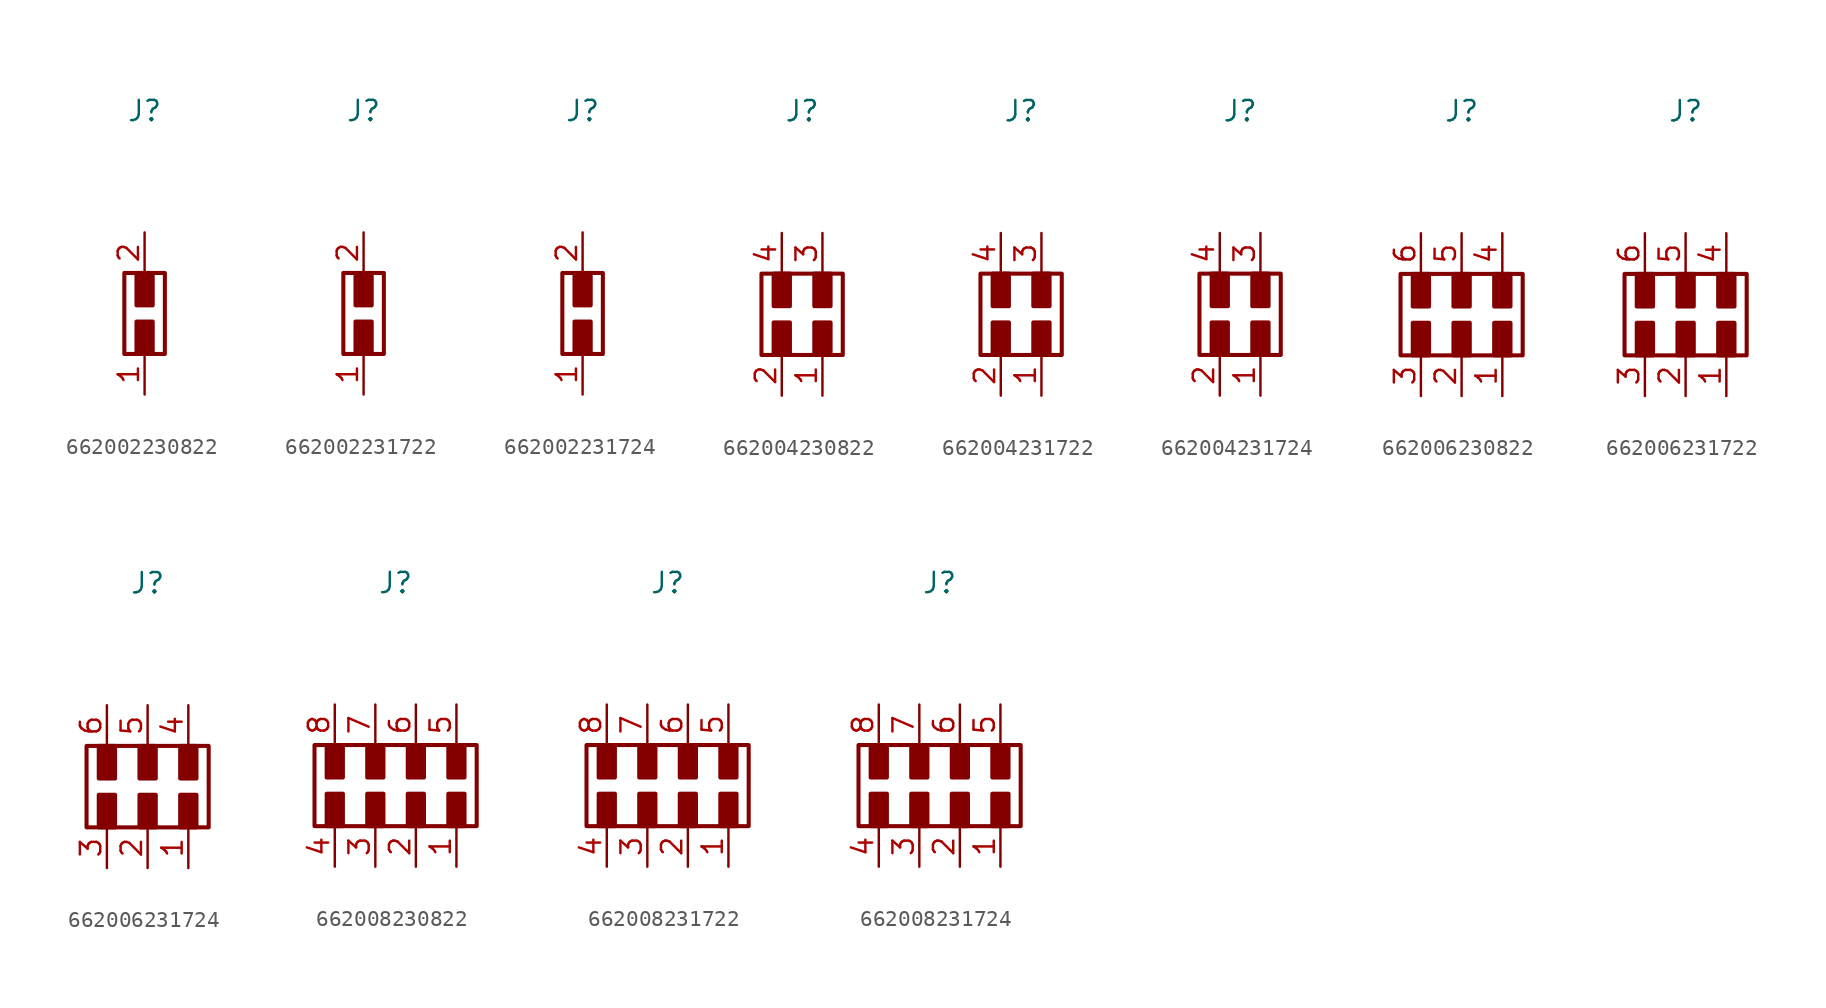
<source format=kicad_sym>
(kicad_symbol_lib
  (version 20241209)
  (generator "kicad_symbol_editor")
  (generator_version "9.0")
  (symbol "662002230822"
    (pin_names
      (hide yes))
    (property "Reference" "J"
      (at 0 12.7 0)
      (effects (font (size 1.27 1.27))))
    (symbol "662002230822_1_1"
      (rectangle (start -0.508 2.54) (end 0.508 0.508) (stroke (width 0.254) (type solid)) (fill (type outline)))
      (rectangle (start -0.508 -0.508) (end 0.508 -2.54) (stroke (width 0.254) (type solid)) (fill (type outline)))
      (rectangle (start 1.27 -2.54) (end -1.27 2.54) (stroke (width 0.254) (type solid)) (fill (type none)))
      (pin passive line (at 0 5.08 270) (length 2.54) (name "2" (effects (font (size 1.27 1.27)))) (number "2" (effects (font (size 1.27 1.27)))))
      (pin passive line (at 0 -5.08 90) (length 2.54) (name "1" (effects (font (size 1.27 1.27)))) (number "1" (effects (font (size 1.27 1.27)))))))
  (symbol "662002231722"
    (pin_names
      (hide yes))
    (property "Reference" "J"
      (at 0 12.7 0)
      (effects (font (size 1.27 1.27))))
    (symbol "662002231722_1_1"
      (rectangle (start -0.508 2.54) (end 0.508 0.508) (stroke (width 0.254) (type solid)) (fill (type outline)))
      (rectangle (start -0.508 -0.508) (end 0.508 -2.54) (stroke (width 0.254) (type solid)) (fill (type outline)))
      (rectangle (start 1.27 -2.54) (end -1.27 2.54) (stroke (width 0.254) (type solid)) (fill (type none)))
      (pin passive line (at 0 5.08 270) (length 2.54) (name "2" (effects (font (size 1.27 1.27)))) (number "2" (effects (font (size 1.27 1.27)))))
      (pin passive line (at 0 -5.08 90) (length 2.54) (name "1" (effects (font (size 1.27 1.27)))) (number "1" (effects (font (size 1.27 1.27)))))))
  (symbol "662002231724"
    (pin_names
      (hide yes))
    (property "Reference" "J"
      (at 0 12.7 0)
      (effects (font (size 1.27 1.27))))
    (symbol "662002231724_1_1"
      (rectangle (start -0.508 2.54) (end 0.508 0.508) (stroke (width 0.254) (type solid)) (fill (type outline)))
      (rectangle (start -0.508 -0.508) (end 0.508 -2.54) (stroke (width 0.254) (type solid)) (fill (type outline)))
      (rectangle (start 1.27 -2.54) (end -1.27 2.54) (stroke (width 0.254) (type solid)) (fill (type none)))
      (pin passive line (at 0 5.08 270) (length 2.54) (name "2" (effects (font (size 1.27 1.27)))) (number "2" (effects (font (size 1.27 1.27)))))
      (pin passive line (at 0 -5.08 90) (length 2.54) (name "1" (effects (font (size 1.27 1.27)))) (number "1" (effects (font (size 1.27 1.27)))))))
  (symbol "662004230822"
    (pin_names
      (hide yes))
    (property "Reference" "J"
      (at 0 12.7 0)
      (effects (font (size 1.27 1.27))))
    (symbol "662004230822_1_1"
      (rectangle (start -2.54 2.54) (end 2.54 -2.54) (stroke (width 0.254) (type solid)) (fill (type none)))
      (rectangle (start -1.778 2.54) (end -0.762 0.508) (stroke (width 0.254) (type solid)) (fill (type outline)))
      (rectangle (start -1.778 -0.508) (end -0.762 -2.54) (stroke (width 0.254) (type solid)) (fill (type outline)))
      (rectangle (start 0.762 2.54) (end 1.778 0.508) (stroke (width 0.254) (type solid)) (fill (type outline)))
      (rectangle (start 0.762 -0.508) (end 1.778 -2.54) (stroke (width 0.254) (type solid)) (fill (type outline)))
      (pin passive line (at -1.27 5.08 270) (length 2.54) (name "4" (effects (font (size 1.27 1.27)))) (number "4" (effects (font (size 1.27 1.27)))))
      (pin passive line (at -1.27 -5.08 90) (length 2.54) (name "2" (effects (font (size 1.27 1.27)))) (number "2" (effects (font (size 1.27 1.27)))))
      (pin passive line (at 1.27 5.08 270) (length 2.54) (name "3" (effects (font (size 1.27 1.27)))) (number "3" (effects (font (size 1.27 1.27)))))
      (pin passive line (at 1.27 -5.08 90) (length 2.54) (name "1" (effects (font (size 1.27 1.27)))) (number "1" (effects (font (size 1.27 1.27)))))))
  (symbol "662004231722"
    (pin_names
      (hide yes))
    (property "Reference" "J"
      (at 0 12.7 0)
      (effects (font (size 1.27 1.27))))
    (symbol "662004231722_1_1"
      (rectangle (start -2.54 2.54) (end 2.54 -2.54) (stroke (width 0.254) (type solid)) (fill (type none)))
      (rectangle (start -1.778 2.54) (end -0.762 0.508) (stroke (width 0.254) (type solid)) (fill (type outline)))
      (rectangle (start -1.778 -0.508) (end -0.762 -2.54) (stroke (width 0.254) (type solid)) (fill (type outline)))
      (rectangle (start 0.762 2.54) (end 1.778 0.508) (stroke (width 0.254) (type solid)) (fill (type outline)))
      (rectangle (start 0.762 -0.508) (end 1.778 -2.54) (stroke (width 0.254) (type solid)) (fill (type outline)))
      (pin passive line (at -1.27 5.08 270) (length 2.54) (name "4" (effects (font (size 1.27 1.27)))) (number "4" (effects (font (size 1.27 1.27)))))
      (pin passive line (at -1.27 -5.08 90) (length 2.54) (name "2" (effects (font (size 1.27 1.27)))) (number "2" (effects (font (size 1.27 1.27)))))
      (pin passive line (at 1.27 5.08 270) (length 2.54) (name "3" (effects (font (size 1.27 1.27)))) (number "3" (effects (font (size 1.27 1.27)))))
      (pin passive line (at 1.27 -5.08 90) (length 2.54) (name "1" (effects (font (size 1.27 1.27)))) (number "1" (effects (font (size 1.27 1.27)))))))
  (symbol "662004231724"
    (pin_names
      (hide yes))
    (property "Reference" "J"
      (at 0 12.7 0)
      (effects (font (size 1.27 1.27))))
    (symbol "662004231724_1_1"
      (rectangle (start -2.54 2.54) (end 2.54 -2.54) (stroke (width 0.254) (type solid)) (fill (type none)))
      (rectangle (start -1.778 2.54) (end -0.762 0.508) (stroke (width 0.254) (type solid)) (fill (type outline)))
      (rectangle (start -1.778 -0.508) (end -0.762 -2.54) (stroke (width 0.254) (type solid)) (fill (type outline)))
      (rectangle (start 0.762 2.54) (end 1.778 0.508) (stroke (width 0.254) (type solid)) (fill (type outline)))
      (rectangle (start 0.762 -0.508) (end 1.778 -2.54) (stroke (width 0.254) (type solid)) (fill (type outline)))
      (pin passive line (at -1.27 5.08 270) (length 2.54) (name "4" (effects (font (size 1.27 1.27)))) (number "4" (effects (font (size 1.27 1.27)))))
      (pin passive line (at -1.27 -5.08 90) (length 2.54) (name "2" (effects (font (size 1.27 1.27)))) (number "2" (effects (font (size 1.27 1.27)))))
      (pin passive line (at 1.27 5.08 270) (length 2.54) (name "3" (effects (font (size 1.27 1.27)))) (number "3" (effects (font (size 1.27 1.27)))))
      (pin passive line (at 1.27 -5.08 90) (length 2.54) (name "1" (effects (font (size 1.27 1.27)))) (number "1" (effects (font (size 1.27 1.27)))))))
  (symbol "662006230822"
    (pin_names
      (hide yes))
    (property "Reference" "J"
      (at 0 12.7 0)
      (effects (font (size 1.27 1.27))))
    (symbol "662006230822_1_1"
      (rectangle (start -3.81 2.54) (end 3.81 -2.54) (stroke (width 0.254) (type solid)) (fill (type none)))
      (rectangle (start -3.048 2.54) (end -2.032 0.508) (stroke (width 0.254) (type solid)) (fill (type outline)))
      (rectangle (start -3.048 -0.508) (end -2.032 -2.54) (stroke (width 0.254) (type solid)) (fill (type outline)))
      (rectangle (start -0.508 2.54) (end 0.508 0.508) (stroke (width 0.254) (type solid)) (fill (type outline)))
      (rectangle (start -0.508 -0.508) (end 0.508 -2.54) (stroke (width 0.254) (type solid)) (fill (type outline)))
      (rectangle (start 2.032 2.54) (end 3.048 0.508) (stroke (width 0.254) (type solid)) (fill (type outline)))
      (rectangle (start 2.032 -0.508) (end 3.048 -2.54) (stroke (width 0.254) (type solid)) (fill (type outline)))
      (pin passive line (at -2.54 5.08 270) (length 2.54) (name "6" (effects (font (size 1.27 1.27)))) (number "6" (effects (font (size 1.27 1.27)))))
      (pin passive line (at -2.54 -5.08 90) (length 2.54) (name "3" (effects (font (size 1.27 1.27)))) (number "3" (effects (font (size 1.27 1.27)))))
      (pin passive line (at 0 5.08 270) (length 2.54) (name "5" (effects (font (size 1.27 1.27)))) (number "5" (effects (font (size 1.27 1.27)))))
      (pin passive line (at 0 -5.08 90) (length 2.54) (name "2" (effects (font (size 1.27 1.27)))) (number "2" (effects (font (size 1.27 1.27)))))
      (pin passive line (at 2.54 5.08 270) (length 2.54) (name "4" (effects (font (size 1.27 1.27)))) (number "4" (effects (font (size 1.27 1.27)))))
      (pin passive line (at 2.54 -5.08 90) (length 2.54) (name "1" (effects (font (size 1.27 1.27)))) (number "1" (effects (font (size 1.27 1.27)))))))
  (symbol "662006231722"
    (pin_names
      (hide yes))
    (property "Reference" "J"
      (at 0 12.7 0)
      (effects (font (size 1.27 1.27))))
    (symbol "662006231722_1_1"
      (rectangle (start -3.81 2.54) (end 3.81 -2.54) (stroke (width 0.254) (type solid)) (fill (type none)))
      (rectangle (start -3.048 2.54) (end -2.032 0.508) (stroke (width 0.254) (type solid)) (fill (type outline)))
      (rectangle (start -3.048 -0.508) (end -2.032 -2.54) (stroke (width 0.254) (type solid)) (fill (type outline)))
      (rectangle (start -0.508 2.54) (end 0.508 0.508) (stroke (width 0.254) (type solid)) (fill (type outline)))
      (rectangle (start -0.508 -0.508) (end 0.508 -2.54) (stroke (width 0.254) (type solid)) (fill (type outline)))
      (rectangle (start 2.032 2.54) (end 3.048 0.508) (stroke (width 0.254) (type solid)) (fill (type outline)))
      (rectangle (start 2.032 -0.508) (end 3.048 -2.54) (stroke (width 0.254) (type solid)) (fill (type outline)))
      (pin passive line (at -2.54 5.08 270) (length 2.54) (name "6" (effects (font (size 1.27 1.27)))) (number "6" (effects (font (size 1.27 1.27)))))
      (pin passive line (at -2.54 -5.08 90) (length 2.54) (name "3" (effects (font (size 1.27 1.27)))) (number "3" (effects (font (size 1.27 1.27)))))
      (pin passive line (at 0 5.08 270) (length 2.54) (name "5" (effects (font (size 1.27 1.27)))) (number "5" (effects (font (size 1.27 1.27)))))
      (pin passive line (at 0 -5.08 90) (length 2.54) (name "2" (effects (font (size 1.27 1.27)))) (number "2" (effects (font (size 1.27 1.27)))))
      (pin passive line (at 2.54 5.08 270) (length 2.54) (name "4" (effects (font (size 1.27 1.27)))) (number "4" (effects (font (size 1.27 1.27)))))
      (pin passive line (at 2.54 -5.08 90) (length 2.54) (name "1" (effects (font (size 1.27 1.27)))) (number "1" (effects (font (size 1.27 1.27)))))))
  (symbol "662006231724"
    (pin_names
      (hide yes))
    (property "Reference" "J"
      (at 0 12.7 0)
      (effects (font (size 1.27 1.27))))
    (symbol "662006231724_1_1"
      (rectangle (start -3.81 2.54) (end 3.81 -2.54) (stroke (width 0.254) (type solid)) (fill (type none)))
      (rectangle (start -3.048 2.54) (end -2.032 0.508) (stroke (width 0.254) (type solid)) (fill (type outline)))
      (rectangle (start -3.048 -0.508) (end -2.032 -2.54) (stroke (width 0.254) (type solid)) (fill (type outline)))
      (rectangle (start -0.508 2.54) (end 0.508 0.508) (stroke (width 0.254) (type solid)) (fill (type outline)))
      (rectangle (start -0.508 -0.508) (end 0.508 -2.54) (stroke (width 0.254) (type solid)) (fill (type outline)))
      (rectangle (start 2.032 2.54) (end 3.048 0.508) (stroke (width 0.254) (type solid)) (fill (type outline)))
      (rectangle (start 2.032 -0.508) (end 3.048 -2.54) (stroke (width 0.254) (type solid)) (fill (type outline)))
      (pin passive line (at -2.54 5.08 270) (length 2.54) (name "6" (effects (font (size 1.27 1.27)))) (number "6" (effects (font (size 1.27 1.27)))))
      (pin passive line (at -2.54 -5.08 90) (length 2.54) (name "3" (effects (font (size 1.27 1.27)))) (number "3" (effects (font (size 1.27 1.27)))))
      (pin passive line (at 0 5.08 270) (length 2.54) (name "5" (effects (font (size 1.27 1.27)))) (number "5" (effects (font (size 1.27 1.27)))))
      (pin passive line (at 0 -5.08 90) (length 2.54) (name "2" (effects (font (size 1.27 1.27)))) (number "2" (effects (font (size 1.27 1.27)))))
      (pin passive line (at 2.54 5.08 270) (length 2.54) (name "4" (effects (font (size 1.27 1.27)))) (number "4" (effects (font (size 1.27 1.27)))))
      (pin passive line (at 2.54 -5.08 90) (length 2.54) (name "1" (effects (font (size 1.27 1.27)))) (number "1" (effects (font (size 1.27 1.27)))))))
  (symbol "662008230822"
    (pin_names
      (hide yes))
    (property "Reference" "J"
      (at 0 12.7 0)
      (effects (font (size 1.27 1.27))))
    (symbol "662008230822_1_1"
      (rectangle (start -5.08 2.54) (end 5.08 -2.54) (stroke (width 0.254) (type solid)) (fill (type none)))
      (rectangle (start -4.318 2.54) (end -3.302 0.508) (stroke (width 0.254) (type solid)) (fill (type outline)))
      (rectangle (start -4.318 -0.508) (end -3.302 -2.54) (stroke (width 0.254) (type solid)) (fill (type outline)))
      (rectangle (start -1.778 2.54) (end -0.762 0.508) (stroke (width 0.254) (type solid)) (fill (type outline)))
      (rectangle (start -1.778 -0.508) (end -0.762 -2.54) (stroke (width 0.254) (type solid)) (fill (type outline)))
      (rectangle (start 0.762 2.54) (end 1.778 0.508) (stroke (width 0.254) (type solid)) (fill (type outline)))
      (rectangle (start 0.762 -0.508) (end 1.778 -2.54) (stroke (width 0.254) (type solid)) (fill (type outline)))
      (rectangle (start 3.302 2.54) (end 4.318 0.508) (stroke (width 0.254) (type solid)) (fill (type outline)))
      (rectangle (start 3.302 -0.508) (end 4.318 -2.54) (stroke (width 0.254) (type solid)) (fill (type outline)))
      (pin passive line (at -3.81 5.08 270) (length 2.54) (name "8" (effects (font (size 1.27 1.27)))) (number "8" (effects (font (size 1.27 1.27)))))
      (pin passive line (at -3.81 -5.08 90) (length 2.54) (name "4" (effects (font (size 1.27 1.27)))) (number "4" (effects (font (size 1.27 1.27)))))
      (pin passive line (at -1.27 5.08 270) (length 2.54) (name "7" (effects (font (size 1.27 1.27)))) (number "7" (effects (font (size 1.27 1.27)))))
      (pin passive line (at -1.27 -5.08 90) (length 2.54) (name "3" (effects (font (size 1.27 1.27)))) (number "3" (effects (font (size 1.27 1.27)))))
      (pin passive line (at 1.27 5.08 270) (length 2.54) (name "6" (effects (font (size 1.27 1.27)))) (number "6" (effects (font (size 1.27 1.27)))))
      (pin passive line (at 1.27 -5.08 90) (length 2.54) (name "2" (effects (font (size 1.27 1.27)))) (number "2" (effects (font (size 1.27 1.27)))))
      (pin passive line (at 3.81 5.08 270) (length 2.54) (name "5" (effects (font (size 1.27 1.27)))) (number "5" (effects (font (size 1.27 1.27)))))
      (pin passive line (at 3.81 -5.08 90) (length 2.54) (name "1" (effects (font (size 1.27 1.27)))) (number "1" (effects (font (size 1.27 1.27)))))))
  (symbol "662008231722"
    (pin_names
      (hide yes))
    (property "Reference" "J"
      (at 0 12.7 0)
      (effects (font (size 1.27 1.27))))
    (symbol "662008231722_1_1"
      (rectangle (start -5.08 2.54) (end 5.08 -2.54) (stroke (width 0.254) (type solid)) (fill (type none)))
      (rectangle (start -4.318 2.54) (end -3.302 0.508) (stroke (width 0.254) (type solid)) (fill (type outline)))
      (rectangle (start -4.318 -0.508) (end -3.302 -2.54) (stroke (width 0.254) (type solid)) (fill (type outline)))
      (rectangle (start -1.778 2.54) (end -0.762 0.508) (stroke (width 0.254) (type solid)) (fill (type outline)))
      (rectangle (start -1.778 -0.508) (end -0.762 -2.54) (stroke (width 0.254) (type solid)) (fill (type outline)))
      (rectangle (start 0.762 2.54) (end 1.778 0.508) (stroke (width 0.254) (type solid)) (fill (type outline)))
      (rectangle (start 0.762 -0.508) (end 1.778 -2.54) (stroke (width 0.254) (type solid)) (fill (type outline)))
      (rectangle (start 3.302 2.54) (end 4.318 0.508) (stroke (width 0.254) (type solid)) (fill (type outline)))
      (rectangle (start 3.302 -0.508) (end 4.318 -2.54) (stroke (width 0.254) (type solid)) (fill (type outline)))
      (pin passive line (at -3.81 5.08 270) (length 2.54) (name "8" (effects (font (size 1.27 1.27)))) (number "8" (effects (font (size 1.27 1.27)))))
      (pin passive line (at -3.81 -5.08 90) (length 2.54) (name "4" (effects (font (size 1.27 1.27)))) (number "4" (effects (font (size 1.27 1.27)))))
      (pin passive line (at -1.27 5.08 270) (length 2.54) (name "7" (effects (font (size 1.27 1.27)))) (number "7" (effects (font (size 1.27 1.27)))))
      (pin passive line (at -1.27 -5.08 90) (length 2.54) (name "3" (effects (font (size 1.27 1.27)))) (number "3" (effects (font (size 1.27 1.27)))))
      (pin passive line (at 1.27 5.08 270) (length 2.54) (name "6" (effects (font (size 1.27 1.27)))) (number "6" (effects (font (size 1.27 1.27)))))
      (pin passive line (at 1.27 -5.08 90) (length 2.54) (name "2" (effects (font (size 1.27 1.27)))) (number "2" (effects (font (size 1.27 1.27)))))
      (pin passive line (at 3.81 5.08 270) (length 2.54) (name "5" (effects (font (size 1.27 1.27)))) (number "5" (effects (font (size 1.27 1.27)))))
      (pin passive line (at 3.81 -5.08 90) (length 2.54) (name "1" (effects (font (size 1.27 1.27)))) (number "1" (effects (font (size 1.27 1.27)))))))
  (symbol "662008231724"
    (pin_names
      (hide yes))
    (property "Reference" "J"
      (at 0 12.7 0)
      (effects (font (size 1.27 1.27))))
    (symbol "662008231724_1_1"
      (rectangle (start -5.08 2.54) (end 5.08 -2.54) (stroke (width 0.254) (type solid)) (fill (type none)))
      (rectangle (start -4.318 2.54) (end -3.302 0.508) (stroke (width 0.254) (type solid)) (fill (type outline)))
      (rectangle (start -4.318 -0.508) (end -3.302 -2.54) (stroke (width 0.254) (type solid)) (fill (type outline)))
      (rectangle (start -1.778 2.54) (end -0.762 0.508) (stroke (width 0.254) (type solid)) (fill (type outline)))
      (rectangle (start -1.778 -0.508) (end -0.762 -2.54) (stroke (width 0.254) (type solid)) (fill (type outline)))
      (rectangle (start 0.762 2.54) (end 1.778 0.508) (stroke (width 0.254) (type solid)) (fill (type outline)))
      (rectangle (start 0.762 -0.508) (end 1.778 -2.54) (stroke (width 0.254) (type solid)) (fill (type outline)))
      (rectangle (start 3.302 2.54) (end 4.318 0.508) (stroke (width 0.254) (type solid)) (fill (type outline)))
      (rectangle (start 3.302 -0.508) (end 4.318 -2.54) (stroke (width 0.254) (type solid)) (fill (type outline)))
      (pin passive line (at -3.81 5.08 270) (length 2.54) (name "8" (effects (font (size 1.27 1.27)))) (number "8" (effects (font (size 1.27 1.27)))))
      (pin passive line (at -3.81 -5.08 90) (length 2.54) (name "4" (effects (font (size 1.27 1.27)))) (number "4" (effects (font (size 1.27 1.27)))))
      (pin passive line (at -1.27 5.08 270) (length 2.54) (name "7" (effects (font (size 1.27 1.27)))) (number "7" (effects (font (size 1.27 1.27)))))
      (pin passive line (at -1.27 -5.08 90) (length 2.54) (name "3" (effects (font (size 1.27 1.27)))) (number "3" (effects (font (size 1.27 1.27)))))
      (pin passive line (at 1.27 5.08 270) (length 2.54) (name "6" (effects (font (size 1.27 1.27)))) (number "6" (effects (font (size 1.27 1.27)))))
      (pin passive line (at 1.27 -5.08 90) (length 2.54) (name "2" (effects (font (size 1.27 1.27)))) (number "2" (effects (font (size 1.27 1.27)))))
      (pin passive line (at 3.81 5.08 270) (length 2.54) (name "5" (effects (font (size 1.27 1.27)))) (number "5" (effects (font (size 1.27 1.27)))))
      (pin passive line (at 3.81 -5.08 90) (length 2.54) (name "1" (effects (font (size 1.27 1.27)))) (number "1" (effects (font (size 1.27 1.27))))))))
</source>
